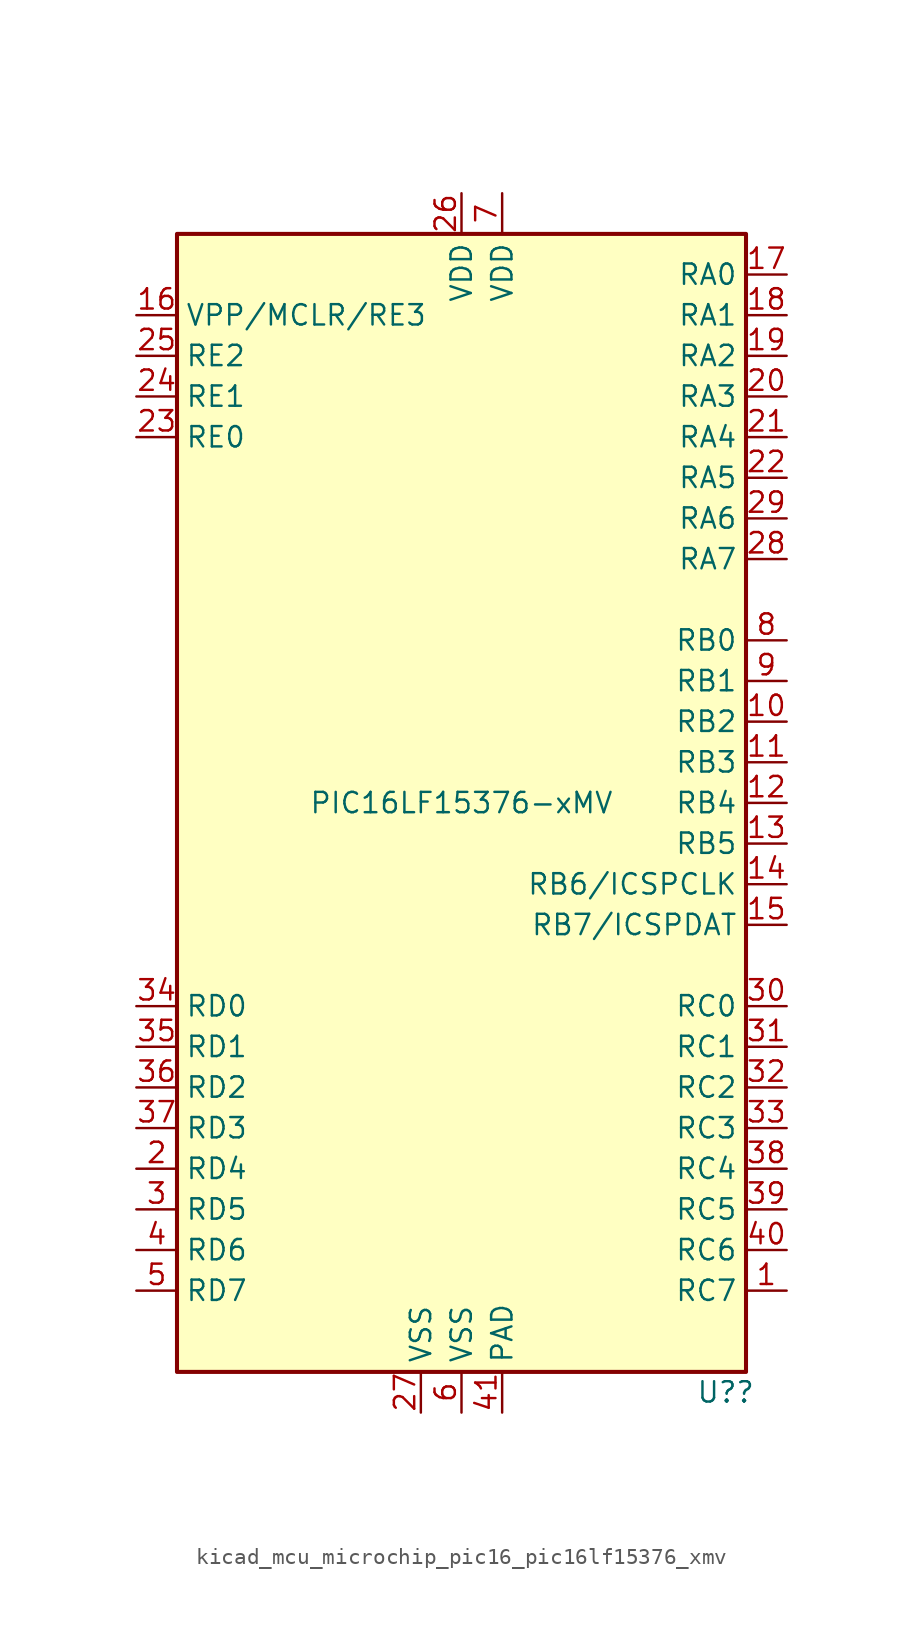
<source format=kicad_sym>
(kicad_symbol_lib
  (version 20220914)
  (generator kicad_symbol_editor)
  (symbol "kicad_mcu_microchip_pic16_pic16lf15376_xmv"
    (property "Reference" "U?"
      (at 16.51 -36.83 0)
      (effects (font (size 1.27 1.27))))
    (property "Value" "PIC16LF15376-xMV"
      (at 0 0 0)
      (effects (font (size 1.27 1.27))))
    (symbol "kicad_mcu_microchip_pic16_pic16lf15376_xmv_0_0"
      (pin power_in line (at 2.54 -38.1 90) (length 2.54) (name "PAD" (effects (font (size 1.27 1.27)))) (number "41" (effects (font (size 1.27 1.27))))))
    (symbol "kicad_mcu_microchip_pic16_pic16lf15376_xmv_0_1"
      (rectangle (start -17.78 35.56) (end 17.78 -35.56) (stroke (width 0.254) (type default)) (fill (type background))))
    (symbol "kicad_mcu_microchip_pic16_pic16lf15376_xmv_1_1"
      (pin bidirectional line (at 20.32 -30.48 180) (length 2.54) (name "RC7" (effects (font (size 1.27 1.27)))) (number "1" (effects (font (size 1.27 1.27)))))
      (pin bidirectional line (at 20.32 5.08 180) (length 2.54) (name "RB2" (effects (font (size 1.27 1.27)))) (number "10" (effects (font (size 1.27 1.27)))))
      (pin bidirectional line (at 20.32 2.54 180) (length 2.54) (name "RB3" (effects (font (size 1.27 1.27)))) (number "11" (effects (font (size 1.27 1.27)))))
      (pin bidirectional line (at 20.32 0 180) (length 2.54) (name "RB4" (effects (font (size 1.27 1.27)))) (number "12" (effects (font (size 1.27 1.27)))))
      (pin bidirectional line (at 20.32 -2.54 180) (length 2.54) (name "RB5" (effects (font (size 1.27 1.27)))) (number "13" (effects (font (size 1.27 1.27)))))
      (pin bidirectional line (at 20.32 -5.08 180) (length 2.54) (name "RB6/ICSPCLK" (effects (font (size 1.27 1.27)))) (number "14" (effects (font (size 1.27 1.27)))))
      (pin bidirectional line (at 20.32 -7.62 180) (length 2.54) (name "RB7/ICSPDAT" (effects (font (size 1.27 1.27)))) (number "15" (effects (font (size 1.27 1.27)))))
      (pin bidirectional line (at -20.32 30.48 0) (length 2.54) (name "VPP/MCLR/RE3" (effects (font (size 1.27 1.27)))) (number "16" (effects (font (size 1.27 1.27)))))
      (pin bidirectional line (at 20.32 33.02 180) (length 2.54) (name "RA0" (effects (font (size 1.27 1.27)))) (number "17" (effects (font (size 1.27 1.27)))))
      (pin bidirectional line (at 20.32 30.48 180) (length 2.54) (name "RA1" (effects (font (size 1.27 1.27)))) (number "18" (effects (font (size 1.27 1.27)))))
      (pin bidirectional line (at 20.32 27.94 180) (length 2.54) (name "RA2" (effects (font (size 1.27 1.27)))) (number "19" (effects (font (size 1.27 1.27)))))
      (pin bidirectional line (at -20.32 -22.86 0) (length 2.54) (name "RD4" (effects (font (size 1.27 1.27)))) (number "2" (effects (font (size 1.27 1.27)))))
      (pin bidirectional line (at 20.32 25.4 180) (length 2.54) (name "RA3" (effects (font (size 1.27 1.27)))) (number "20" (effects (font (size 1.27 1.27)))))
      (pin bidirectional line (at 20.32 22.86 180) (length 2.54) (name "RA4" (effects (font (size 1.27 1.27)))) (number "21" (effects (font (size 1.27 1.27)))))
      (pin bidirectional line (at 20.32 20.32 180) (length 2.54) (name "RA5" (effects (font (size 1.27 1.27)))) (number "22" (effects (font (size 1.27 1.27)))))
      (pin bidirectional line (at -20.32 22.86 0) (length 2.54) (name "RE0" (effects (font (size 1.27 1.27)))) (number "23" (effects (font (size 1.27 1.27)))))
      (pin bidirectional line (at -20.32 25.4 0) (length 2.54) (name "RE1" (effects (font (size 1.27 1.27)))) (number "24" (effects (font (size 1.27 1.27)))))
      (pin bidirectional line (at -20.32 27.94 0) (length 2.54) (name "RE2" (effects (font (size 1.27 1.27)))) (number "25" (effects (font (size 1.27 1.27)))))
      (pin power_in line (at 0 38.1 270) (length 2.54) (name "VDD" (effects (font (size 1.27 1.27)))) (number "26" (effects (font (size 1.27 1.27)))))
      (pin power_in line (at -2.54 -38.1 90) (length 2.54) (name "VSS" (effects (font (size 1.27 1.27)))) (number "27" (effects (font (size 1.27 1.27)))))
      (pin bidirectional line (at 20.32 15.24 180) (length 2.54) (name "RA7" (effects (font (size 1.27 1.27)))) (number "28" (effects (font (size 1.27 1.27)))))
      (pin bidirectional line (at 20.32 17.78 180) (length 2.54) (name "RA6" (effects (font (size 1.27 1.27)))) (number "29" (effects (font (size 1.27 1.27)))))
      (pin bidirectional line (at -20.32 -25.4 0) (length 2.54) (name "RD5" (effects (font (size 1.27 1.27)))) (number "3" (effects (font (size 1.27 1.27)))))
      (pin bidirectional line (at 20.32 -12.7 180) (length 2.54) (name "RC0" (effects (font (size 1.27 1.27)))) (number "30" (effects (font (size 1.27 1.27)))))
      (pin bidirectional line (at 20.32 -15.24 180) (length 2.54) (name "RC1" (effects (font (size 1.27 1.27)))) (number "31" (effects (font (size 1.27 1.27)))))
      (pin bidirectional line (at 20.32 -17.78 180) (length 2.54) (name "RC2" (effects (font (size 1.27 1.27)))) (number "32" (effects (font (size 1.27 1.27)))))
      (pin bidirectional line (at 20.32 -20.32 180) (length 2.54) (name "RC3" (effects (font (size 1.27 1.27)))) (number "33" (effects (font (size 1.27 1.27)))))
      (pin bidirectional line (at -20.32 -12.7 0) (length 2.54) (name "RD0" (effects (font (size 1.27 1.27)))) (number "34" (effects (font (size 1.27 1.27)))))
      (pin bidirectional line (at -20.32 -15.24 0) (length 2.54) (name "RD1" (effects (font (size 1.27 1.27)))) (number "35" (effects (font (size 1.27 1.27)))))
      (pin bidirectional line (at -20.32 -17.78 0) (length 2.54) (name "RD2" (effects (font (size 1.27 1.27)))) (number "36" (effects (font (size 1.27 1.27)))))
      (pin bidirectional line (at -20.32 -20.32 0) (length 2.54) (name "RD3" (effects (font (size 1.27 1.27)))) (number "37" (effects (font (size 1.27 1.27)))))
      (pin bidirectional line (at 20.32 -22.86 180) (length 2.54) (name "RC4" (effects (font (size 1.27 1.27)))) (number "38" (effects (font (size 1.27 1.27)))))
      (pin bidirectional line (at 20.32 -25.4 180) (length 2.54) (name "RC5" (effects (font (size 1.27 1.27)))) (number "39" (effects (font (size 1.27 1.27)))))
      (pin bidirectional line (at -20.32 -27.94 0) (length 2.54) (name "RD6" (effects (font (size 1.27 1.27)))) (number "4" (effects (font (size 1.27 1.27)))))
      (pin bidirectional line (at 20.32 -27.94 180) (length 2.54) (name "RC6" (effects (font (size 1.27 1.27)))) (number "40" (effects (font (size 1.27 1.27)))))
      (pin bidirectional line (at -20.32 -30.48 0) (length 2.54) (name "RD7" (effects (font (size 1.27 1.27)))) (number "5" (effects (font (size 1.27 1.27)))))
      (pin power_in line (at 0 -38.1 90) (length 2.54) (name "VSS" (effects (font (size 1.27 1.27)))) (number "6" (effects (font (size 1.27 1.27)))))
      (pin power_in line (at 2.54 38.1 270) (length 2.54) (name "VDD" (effects (font (size 1.27 1.27)))) (number "7" (effects (font (size 1.27 1.27)))))
      (pin bidirectional line (at 20.32 10.16 180) (length 2.54) (name "RB0" (effects (font (size 1.27 1.27)))) (number "8" (effects (font (size 1.27 1.27)))))
      (pin bidirectional line (at 20.32 7.62 180) (length 2.54) (name "RB1" (effects (font (size 1.27 1.27)))) (number "9" (effects (font (size 1.27 1.27))))))))
</source>
